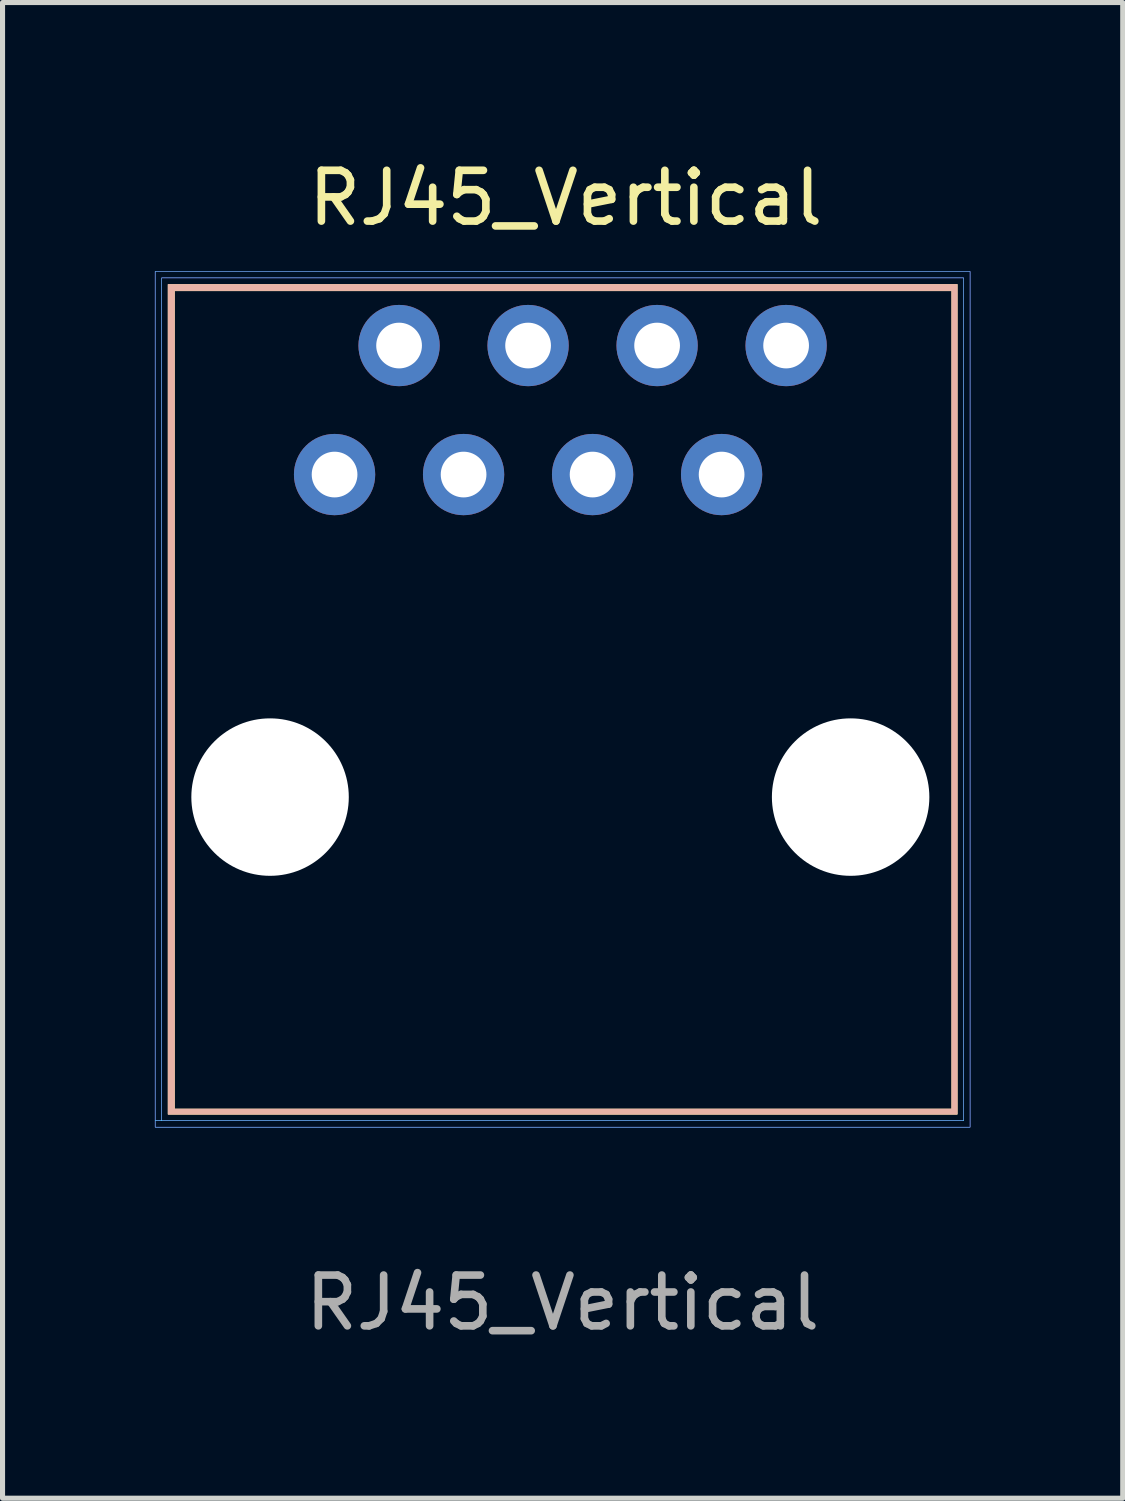
<source format=kicad_pcb>
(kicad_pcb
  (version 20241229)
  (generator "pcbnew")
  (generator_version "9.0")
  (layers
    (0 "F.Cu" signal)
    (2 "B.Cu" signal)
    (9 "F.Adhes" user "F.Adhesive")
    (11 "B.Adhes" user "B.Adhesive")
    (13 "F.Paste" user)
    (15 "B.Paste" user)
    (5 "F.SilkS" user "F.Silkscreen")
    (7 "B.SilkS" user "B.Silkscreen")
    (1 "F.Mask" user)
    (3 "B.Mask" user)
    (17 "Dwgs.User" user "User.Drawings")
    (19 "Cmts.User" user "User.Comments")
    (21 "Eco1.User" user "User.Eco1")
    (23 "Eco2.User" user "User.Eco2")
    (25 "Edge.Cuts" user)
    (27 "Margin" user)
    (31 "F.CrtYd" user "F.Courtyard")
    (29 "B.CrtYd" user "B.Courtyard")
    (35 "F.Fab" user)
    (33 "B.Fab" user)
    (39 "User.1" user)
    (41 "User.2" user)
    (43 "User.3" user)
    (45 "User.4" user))
  (footprint "RJ45_Vertical"
    (layer "F.Cu")
    (at 8.027 10.718)
    (property "Reference" "RJ45_Vertical" (at 0.06 -9.87 0) (unlocked yes) (layer "F.SilkS") (effects (font (size 1 1) (thickness 0.15))))
    (attr through_hole)
    (fp_poly (pts (xy 7.768 8.17) (xy -7.768 8.17) (xy -7.768 -8.043) (xy -7.641 -8.043) (xy -7.641 8.065) (xy 7.662 8.065) (xy 7.662 -8.043) (xy -7.641 -8.043) (xy -7.768 -8.043) (xy -7.768 -8.17) (xy 7.768 -8.17) (xy 7.768 8.17)) (stroke (width 0.01) (type solid)) (fill yes) (layer "F.SilkS"))
    (fp_poly (pts (xy 7.768 8.17) (xy -7.768 8.17) (xy -7.768 -8.043) (xy -7.641 -8.043) (xy -7.641 8.065) (xy 7.662 8.065) (xy 7.662 -8.043) (xy -7.641 -8.043) (xy -7.768 -8.043) (xy -7.768 -8.17) (xy 7.768 -8.17) (xy 7.768 8.17)) (stroke (width 0.01) (type solid)) (fill yes) (layer "B.SilkS"))
    (fp_poly (pts (xy 8.022 8.424) (xy -8.022 8.424) (xy -8.022 -8.297) (xy -7.895 -8.297) (xy -7.895 8.297) (xy 7.895 8.297) (xy 7.895 -8.297) (xy -7.895 -8.297) (xy -8.022 -8.297) (xy -8.022 -8.424) (xy 8.022 -8.424) (xy 8.022 8.424)) (stroke (width 0.01) (type solid)) (fill no) (layer "B.CrtYd"))
    (fp_poly (pts (xy 8.022 8.424) (xy -8.022 8.424) (xy -8.022 -8.297) (xy -7.895 -8.297) (xy -7.895 8.297) (xy 7.895 8.297) (xy 7.895 -8.297) (xy -7.895 -8.297) (xy -8.022 -8.297) (xy -8.022 -8.424) (xy 8.022 -8.424) (xy 8.022 8.424)) (stroke (width 0.01) (type solid)) (fill no) (layer "F.CrtYd"))
    (fp_text user "${REFERENCE}" (at 0 11.88 0) (unlocked yes) (layer "F.Fab") (effects (font (size 1 1) (thickness 0.15))))
    (pad "" np_thru_hole circle (at -5.76 1.925) (size 3.1 3.1) (drill 3.1) (layers "*.Cu" "*.Mask"))
    (pad "" np_thru_hole circle (at 5.67 1.925) (size 3.1 3.1) (drill 3.1) (layers "*.Cu" "*.Mask"))
    (pad "1" thru_hole circle (at -4.49 -4.425) (size 1.6 1.6) (drill 0.9) (layers "*.Cu" "*.Mask"))
    (pad "2" thru_hole circle (at -3.22 -6.965) (size 1.6 1.6) (drill 0.9) (layers "*.Cu" "*.Mask"))
    (pad "3" thru_hole circle (at -1.95 -4.425) (size 1.6 1.6) (drill 0.9) (layers "*.Cu" "*.Mask"))
    (pad "4" thru_hole circle (at -0.68 -6.965) (size 1.6 1.6) (drill 0.9) (layers "*.Cu" "*.Mask"))
    (pad "5" thru_hole circle (at 0.59 -4.425) (size 1.6 1.6) (drill 0.9) (layers "*.Cu" "*.Mask"))
    (pad "6" thru_hole circle (at 1.86 -6.965) (size 1.6 1.6) (drill 0.9) (layers "*.Cu" "*.Mask"))
    (pad "7" thru_hole circle (at 3.13 -4.425) (size 1.6 1.6) (drill 0.9) (layers "*.Cu" "*.Mask"))
    (pad "8" thru_hole circle (at 4.4 -6.965) (size 1.6 1.6) (drill 0.9) (layers "*.Cu" "*.Mask")))
  (gr_rect
    (start -3 -3)
    (end 19.054 26.447)
    (stroke (width 0.1) (type default))
    (fill no)
    (layer "Edge.Cuts")))
</source>
